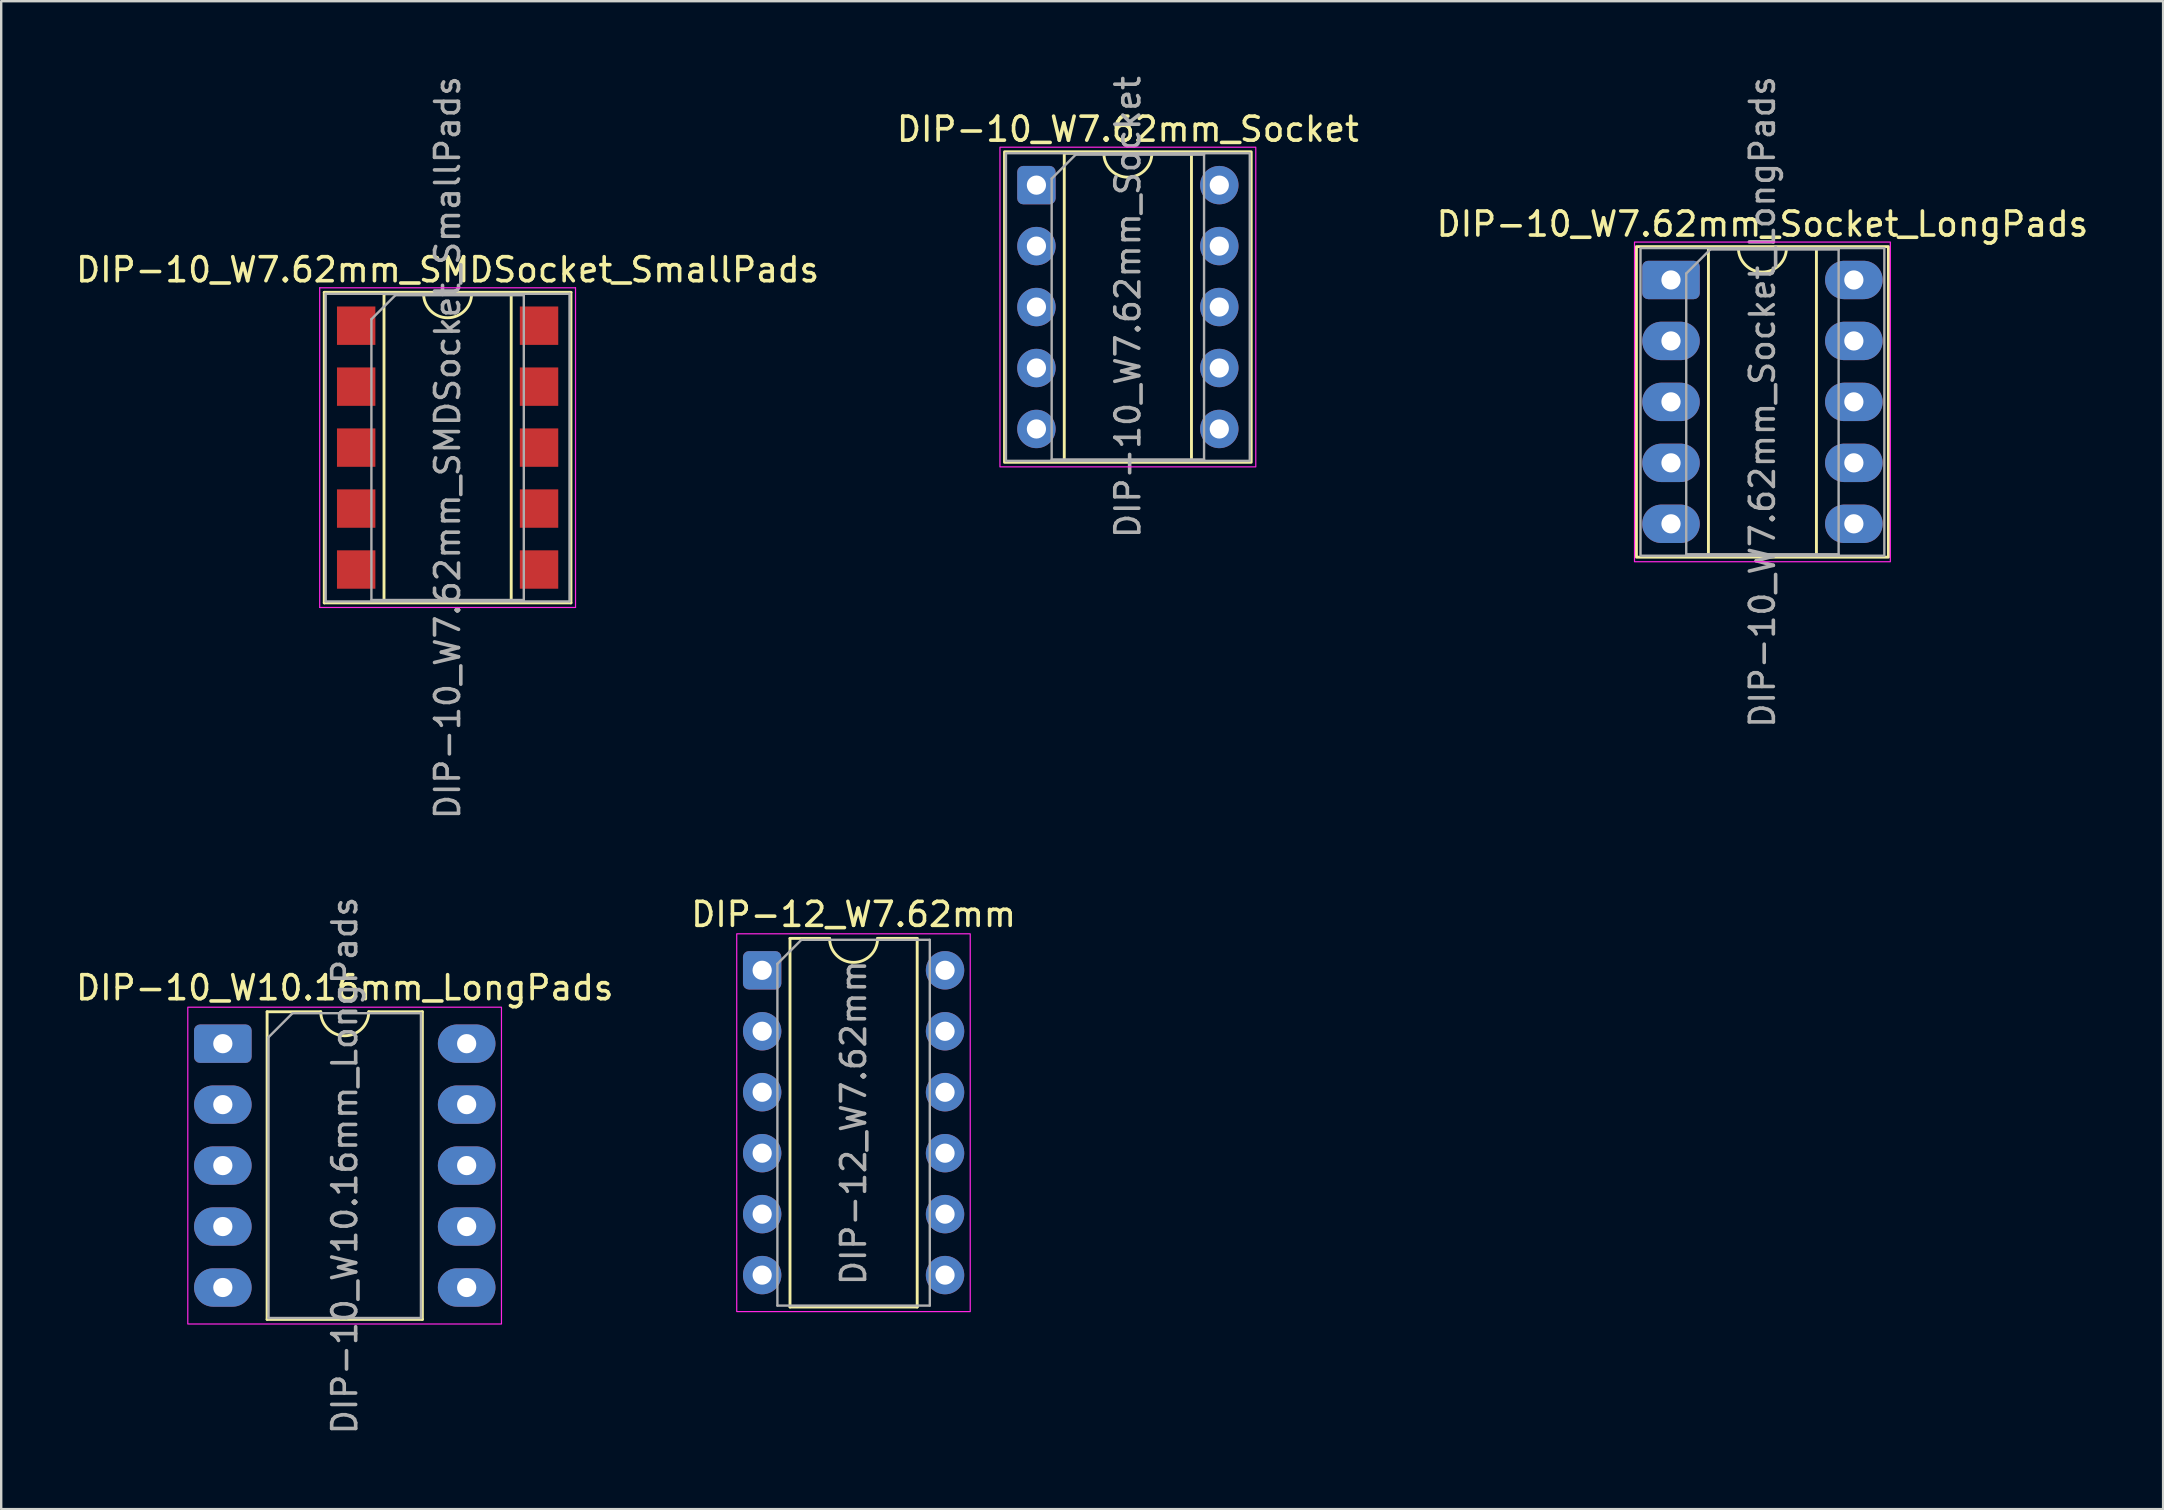
<source format=kicad_pcb>
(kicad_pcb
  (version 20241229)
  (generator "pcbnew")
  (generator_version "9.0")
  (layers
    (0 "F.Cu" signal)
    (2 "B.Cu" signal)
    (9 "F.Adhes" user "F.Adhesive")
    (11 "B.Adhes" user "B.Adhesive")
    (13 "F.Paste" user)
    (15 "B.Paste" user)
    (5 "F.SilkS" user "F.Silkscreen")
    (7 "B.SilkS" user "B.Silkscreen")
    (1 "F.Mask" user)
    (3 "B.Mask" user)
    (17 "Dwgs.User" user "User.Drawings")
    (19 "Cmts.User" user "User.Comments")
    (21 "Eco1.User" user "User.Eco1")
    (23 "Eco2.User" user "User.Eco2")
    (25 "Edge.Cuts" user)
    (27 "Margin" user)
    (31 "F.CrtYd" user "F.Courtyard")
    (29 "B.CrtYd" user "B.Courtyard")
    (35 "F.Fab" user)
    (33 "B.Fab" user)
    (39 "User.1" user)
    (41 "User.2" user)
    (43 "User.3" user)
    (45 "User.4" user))
  (footprint "DIP-10_W7.62mm_Socket_LongPads"
    (layer "F.Cu")
    (at 66.577 8.616)
    (property "Reference" "DIP-10_W7.62mm_Socket_LongPads" (at 3.81 -2.33 0) (layer "F.SilkS") (effects (font (size 1 1) (thickness 0.15))))
    (attr through_hole)
    (fp_line (start 1.56 -1.33) (end 1.56 11.49) (stroke (width 0.12) (type solid)) (layer "F.SilkS"))
    (fp_line (start 1.56 11.49) (end 6.06 11.49) (stroke (width 0.12) (type solid)) (layer "F.SilkS"))
    (fp_line (start 2.81 -1.33) (end 1.56 -1.33) (stroke (width 0.12) (type solid)) (layer "F.SilkS"))
    (fp_line (start 6.06 -1.33) (end 4.81 -1.33) (stroke (width 0.12) (type solid)) (layer "F.SilkS"))
    (fp_line (start 6.06 11.49) (end 6.06 -1.33) (stroke (width 0.12) (type solid)) (layer "F.SilkS"))
    (fp_rect (start -1.44 -1.39) (end 9.06 11.55) (stroke (width 0.12) (type solid)) (fill no) (layer "F.SilkS"))
    (fp_arc (start 4.81 -1.33) (mid 3.81 -0.33) (end 2.81 -1.33) (stroke (width 0.12) (type solid)) (layer "F.SilkS"))
    (fp_rect (start -1.52 -1.58) (end 9.14 11.74) (stroke (width 0.05) (type solid)) (fill no) (layer "F.CrtYd"))
    (fp_line (start 0.635 -0.27) (end 1.635 -1.27) (stroke (width 0.1) (type solid)) (layer "F.Fab"))
    (fp_line (start 0.635 11.43) (end 0.635 -0.27) (stroke (width 0.1) (type solid)) (layer "F.Fab"))
    (fp_line (start 1.635 -1.27) (end 6.985 -1.27) (stroke (width 0.1) (type solid)) (layer "F.Fab"))
    (fp_line (start 6.985 -1.27) (end 6.985 11.43) (stroke (width 0.1) (type solid)) (layer "F.Fab"))
    (fp_line (start 6.985 11.43) (end 0.635 11.43) (stroke (width 0.1) (type solid)) (layer "F.Fab"))
    (fp_rect (start -1.27 -1.33) (end 8.89 11.49) (stroke (width 0.1) (type solid)) (fill no) (layer "F.Fab"))
    (fp_text user "${REFERENCE}" (at 3.81 5.08 90) (layer "F.Fab") (effects (font (size 1 1) (thickness 0.15))))
    (pad "1" thru_hole roundrect (at 0 0) (size 2.4 1.6) (drill 0.8) (layers "*.Cu" "*.Mask") (roundrect_rratio 0.156))
    (pad "2" thru_hole oval (at 0 2.54) (size 2.4 1.6) (drill 0.8) (layers "*.Cu" "*.Mask"))
    (pad "3" thru_hole oval (at 0 5.08) (size 2.4 1.6) (drill 0.8) (layers "*.Cu" "*.Mask"))
    (pad "4" thru_hole oval (at 0 7.62) (size 2.4 1.6) (drill 0.8) (layers "*.Cu" "*.Mask"))
    (pad "5" thru_hole oval (at 0 10.16) (size 2.4 1.6) (drill 0.8) (layers "*.Cu" "*.Mask"))
    (pad "6" thru_hole oval (at 7.62 10.16) (size 2.4 1.6) (drill 0.8) (layers "*.Cu" "*.Mask"))
    (pad "7" thru_hole oval (at 7.62 7.62) (size 2.4 1.6) (drill 0.8) (layers "*.Cu" "*.Mask"))
    (pad "8" thru_hole oval (at 7.62 5.08) (size 2.4 1.6) (drill 0.8) (layers "*.Cu" "*.Mask"))
    (pad "9" thru_hole oval (at 7.62 2.54) (size 2.4 1.6) (drill 0.8) (layers "*.Cu" "*.Mask"))
    (pad "10" thru_hole oval (at 7.62 0) (size 2.4 1.6) (drill 0.8) (layers "*.Cu" "*.Mask")))
  (footprint "DIP-10_W7.62mm_SMDSocket_SmallPads"
    (layer "F.Cu")
    (at 15.601 15.601)
    (property "Reference" "DIP-10_W7.62mm_SMDSocket_SmallPads" (at 0 -7.41 0) (layer "F.SilkS") (effects (font (size 1 1) (thickness 0.15))))
    (attr smd)
    (fp_line (start -5.14 -6.47) (end -5.14 6.47) (stroke (width 0.12) (type solid)) (layer "F.SilkS"))
    (fp_line (start -5.14 6.47) (end 5.14 6.47) (stroke (width 0.12) (type solid)) (layer "F.SilkS"))
    (fp_line (start -2.65 -6.41) (end -2.65 6.41) (stroke (width 0.12) (type solid)) (layer "F.SilkS"))
    (fp_line (start -2.65 6.41) (end 2.65 6.41) (stroke (width 0.12) (type solid)) (layer "F.SilkS"))
    (fp_line (start -1 -6.41) (end -2.65 -6.41) (stroke (width 0.12) (type solid)) (layer "F.SilkS"))
    (fp_line (start 2.65 -6.41) (end 1 -6.41) (stroke (width 0.12) (type solid)) (layer "F.SilkS"))
    (fp_line (start 2.65 6.41) (end 2.65 -6.41) (stroke (width 0.12) (type solid)) (layer "F.SilkS"))
    (fp_line (start 5.14 -6.47) (end -5.14 -6.47) (stroke (width 0.12) (type solid)) (layer "F.SilkS"))
    (fp_line (start 5.14 6.47) (end 5.14 -6.47) (stroke (width 0.12) (type solid)) (layer "F.SilkS"))
    (fp_arc (start 1 -6.41) (mid 0 -5.41) (end -1 -6.41) (stroke (width 0.12) (type solid)) (layer "F.SilkS"))
    (fp_line (start -5.33 -6.66) (end -5.33 6.66) (stroke (width 0.05) (type solid)) (layer "F.CrtYd"))
    (fp_line (start -5.33 6.66) (end 5.33 6.66) (stroke (width 0.05) (type solid)) (layer "F.CrtYd"))
    (fp_line (start 5.33 -6.66) (end -5.33 -6.66) (stroke (width 0.05) (type solid)) (layer "F.CrtYd"))
    (fp_line (start 5.33 6.66) (end 5.33 -6.66) (stroke (width 0.05) (type solid)) (layer "F.CrtYd"))
    (fp_line (start -5.08 -6.41) (end -5.08 6.41) (stroke (width 0.1) (type solid)) (layer "F.Fab"))
    (fp_line (start -5.08 6.41) (end 5.08 6.41) (stroke (width 0.1) (type solid)) (layer "F.Fab"))
    (fp_line (start -3.175 -5.35) (end -2.175 -6.35) (stroke (width 0.1) (type solid)) (layer "F.Fab"))
    (fp_line (start -3.175 6.35) (end -3.175 -5.35) (stroke (width 0.1) (type solid)) (layer "F.Fab"))
    (fp_line (start -2.175 -6.35) (end 3.175 -6.35) (stroke (width 0.1) (type solid)) (layer "F.Fab"))
    (fp_line (start 3.175 -6.35) (end 3.175 6.35) (stroke (width 0.1) (type solid)) (layer "F.Fab"))
    (fp_line (start 3.175 6.35) (end -3.175 6.35) (stroke (width 0.1) (type solid)) (layer "F.Fab"))
    (fp_line (start 5.08 -6.41) (end -5.08 -6.41) (stroke (width 0.1) (type solid)) (layer "F.Fab"))
    (fp_line (start 5.08 6.41) (end 5.08 -6.41) (stroke (width 0.1) (type solid)) (layer "F.Fab"))
    (fp_text user "${REFERENCE}" (at 0 0 90) (layer "F.Fab") (effects (font (size 1 1) (thickness 0.15))))
    (pad "1" smd rect (at -3.81 -5.08) (size 1.6 1.6) (layers "F.Cu" "F.Mask" "F.Paste"))
    (pad "2" smd rect (at -3.81 -2.54) (size 1.6 1.6) (layers "F.Cu" "F.Mask" "F.Paste"))
    (pad "3" smd rect (at -3.81 0) (size 1.6 1.6) (layers "F.Cu" "F.Mask" "F.Paste"))
    (pad "4" smd rect (at -3.81 2.54) (size 1.6 1.6) (layers "F.Cu" "F.Mask" "F.Paste"))
    (pad "5" smd rect (at -3.81 5.08) (size 1.6 1.6) (layers "F.Cu" "F.Mask" "F.Paste"))
    (pad "6" smd rect (at 3.81 5.08) (size 1.6 1.6) (layers "F.Cu" "F.Mask" "F.Paste"))
    (pad "7" smd rect (at 3.81 2.54) (size 1.6 1.6) (layers "F.Cu" "F.Mask" "F.Paste"))
    (pad "8" smd rect (at 3.81 0) (size 1.6 1.6) (layers "F.Cu" "F.Mask" "F.Paste"))
    (pad "9" smd rect (at 3.81 -2.54) (size 1.6 1.6) (layers "F.Cu" "F.Mask" "F.Paste"))
    (pad "10" smd rect (at 3.81 -5.08) (size 1.6 1.6) (layers "F.Cu" "F.Mask" "F.Paste")))
  (footprint "DIP-10_W10.16mm_LongPads"
    (layer "F.Cu")
    (at 6.235 40.438)
    (property "Reference" "DIP-10_W10.16mm_LongPads" (at 5.08 -2.33 0) (layer "F.SilkS") (effects (font (size 1 1) (thickness 0.15))))
    (attr through_hole)
    (fp_line (start 1.845 -1.33) (end 1.845 11.49) (stroke (width 0.12) (type solid)) (layer "F.SilkS"))
    (fp_line (start 1.845 11.49) (end 8.315 11.49) (stroke (width 0.12) (type solid)) (layer "F.SilkS"))
    (fp_line (start 4.08 -1.33) (end 1.845 -1.33) (stroke (width 0.12) (type solid)) (layer "F.SilkS"))
    (fp_line (start 8.315 -1.33) (end 6.08 -1.33) (stroke (width 0.12) (type solid)) (layer "F.SilkS"))
    (fp_line (start 8.315 11.49) (end 8.315 -1.33) (stroke (width 0.12) (type solid)) (layer "F.SilkS"))
    (fp_arc (start 6.08 -1.33) (mid 5.08 -0.33) (end 4.08 -1.33) (stroke (width 0.12) (type solid)) (layer "F.SilkS"))
    (fp_rect (start -1.46 -1.52) (end 11.61 11.68) (stroke (width 0.05) (type solid)) (fill no) (layer "F.CrtYd"))
    (fp_line (start 1.905 -0.27) (end 2.905 -1.27) (stroke (width 0.1) (type solid)) (layer "F.Fab"))
    (fp_line (start 1.905 11.43) (end 1.905 -0.27) (stroke (width 0.1) (type solid)) (layer "F.Fab"))
    (fp_line (start 2.905 -1.27) (end 8.255 -1.27) (stroke (width 0.1) (type solid)) (layer "F.Fab"))
    (fp_line (start 8.255 -1.27) (end 8.255 11.43) (stroke (width 0.1) (type solid)) (layer "F.Fab"))
    (fp_line (start 8.255 11.43) (end 1.905 11.43) (stroke (width 0.1) (type solid)) (layer "F.Fab"))
    (fp_text user "${REFERENCE}" (at 5.08 5.08 90) (layer "F.Fab") (effects (font (size 1 1) (thickness 0.15))))
    (pad "1" thru_hole roundrect (at 0 0) (size 2.4 1.6) (drill 0.8) (layers "*.Cu" "*.Mask") (roundrect_rratio 0.156))
    (pad "2" thru_hole oval (at 0 2.54) (size 2.4 1.6) (drill 0.8) (layers "*.Cu" "*.Mask"))
    (pad "3" thru_hole oval (at 0 5.08) (size 2.4 1.6) (drill 0.8) (layers "*.Cu" "*.Mask"))
    (pad "4" thru_hole oval (at 0 7.62) (size 2.4 1.6) (drill 0.8) (layers "*.Cu" "*.Mask"))
    (pad "5" thru_hole oval (at 0 10.16) (size 2.4 1.6) (drill 0.8) (layers "*.Cu" "*.Mask"))
    (pad "6" thru_hole oval (at 10.16 10.16) (size 2.4 1.6) (drill 0.8) (layers "*.Cu" "*.Mask"))
    (pad "7" thru_hole oval (at 10.16 7.62) (size 2.4 1.6) (drill 0.8) (layers "*.Cu" "*.Mask"))
    (pad "8" thru_hole oval (at 10.16 5.08) (size 2.4 1.6) (drill 0.8) (layers "*.Cu" "*.Mask"))
    (pad "9" thru_hole oval (at 10.16 2.54) (size 2.4 1.6) (drill 0.8) (layers "*.Cu" "*.Mask"))
    (pad "10" thru_hole oval (at 10.16 0) (size 2.4 1.6) (drill 0.8) (layers "*.Cu" "*.Mask")))
  (footprint "DIP-10_W7.62mm_Socket"
    (layer "F.Cu")
    (at 40.136 4.664)
    (property "Reference" "DIP-10_W7.62mm_Socket" (at 3.81 -2.33 0) (layer "F.SilkS") (effects (font (size 1 1) (thickness 0.15))))
    (attr through_hole)
    (fp_line (start 1.16 -1.33) (end 1.16 11.49) (stroke (width 0.12) (type solid)) (layer "F.SilkS"))
    (fp_line (start 1.16 11.49) (end 6.46 11.49) (stroke (width 0.12) (type solid)) (layer "F.SilkS"))
    (fp_line (start 2.81 -1.33) (end 1.16 -1.33) (stroke (width 0.12) (type solid)) (layer "F.SilkS"))
    (fp_line (start 6.46 -1.33) (end 4.81 -1.33) (stroke (width 0.12) (type solid)) (layer "F.SilkS"))
    (fp_line (start 6.46 11.49) (end 6.46 -1.33) (stroke (width 0.12) (type solid)) (layer "F.SilkS"))
    (fp_rect (start -1.33 -1.39) (end 8.95 11.55) (stroke (width 0.12) (type solid)) (fill no) (layer "F.SilkS"))
    (fp_arc (start 4.81 -1.33) (mid 3.81 -0.33) (end 2.81 -1.33) (stroke (width 0.12) (type solid)) (layer "F.SilkS"))
    (fp_rect (start -1.52 -1.58) (end 9.14 11.74) (stroke (width 0.05) (type solid)) (fill no) (layer "F.CrtYd"))
    (fp_line (start 0.635 -0.27) (end 1.635 -1.27) (stroke (width 0.1) (type solid)) (layer "F.Fab"))
    (fp_line (start 0.635 11.43) (end 0.635 -0.27) (stroke (width 0.1) (type solid)) (layer "F.Fab"))
    (fp_line (start 1.635 -1.27) (end 6.985 -1.27) (stroke (width 0.1) (type solid)) (layer "F.Fab"))
    (fp_line (start 6.985 -1.27) (end 6.985 11.43) (stroke (width 0.1) (type solid)) (layer "F.Fab"))
    (fp_line (start 6.985 11.43) (end 0.635 11.43) (stroke (width 0.1) (type solid)) (layer "F.Fab"))
    (fp_rect (start -1.27 -1.33) (end 8.89 11.49) (stroke (width 0.1) (type solid)) (fill no) (layer "F.Fab"))
    (fp_text user "${REFERENCE}" (at 3.81 5.08 90) (layer "F.Fab") (effects (font (size 1 1) (thickness 0.15))))
    (pad "1" thru_hole roundrect (at 0 0) (size 1.6 1.6) (drill 0.8) (layers "*.Cu" "*.Mask") (roundrect_rratio 0.156))
    (pad "2" thru_hole circle (at 0 2.54) (size 1.6 1.6) (drill 0.8) (layers "*.Cu" "*.Mask"))
    (pad "3" thru_hole circle (at 0 5.08) (size 1.6 1.6) (drill 0.8) (layers "*.Cu" "*.Mask"))
    (pad "4" thru_hole circle (at 0 7.62) (size 1.6 1.6) (drill 0.8) (layers "*.Cu" "*.Mask"))
    (pad "5" thru_hole circle (at 0 10.16) (size 1.6 1.6) (drill 0.8) (layers "*.Cu" "*.Mask"))
    (pad "6" thru_hole circle (at 7.62 10.16) (size 1.6 1.6) (drill 0.8) (layers "*.Cu" "*.Mask"))
    (pad "7" thru_hole circle (at 7.62 7.62) (size 1.6 1.6) (drill 0.8) (layers "*.Cu" "*.Mask"))
    (pad "8" thru_hole circle (at 7.62 5.08) (size 1.6 1.6) (drill 0.8) (layers "*.Cu" "*.Mask"))
    (pad "9" thru_hole circle (at 7.62 2.54) (size 1.6 1.6) (drill 0.8) (layers "*.Cu" "*.Mask"))
    (pad "10" thru_hole circle (at 7.62 0) (size 1.6 1.6) (drill 0.8) (layers "*.Cu" "*.Mask")))
  (footprint "DIP-12_W7.62mm"
    (layer "F.Cu")
    (at 28.708 37.381)
    (property "Reference" "DIP-12_W7.62mm" (at 3.81 -2.33 0) (layer "F.SilkS") (effects (font (size 1 1) (thickness 0.15))))
    (attr through_hole)
    (fp_line (start 1.16 -1.33) (end 1.16 14.03) (stroke (width 0.12) (type solid)) (layer "F.SilkS"))
    (fp_line (start 1.16 14.03) (end 6.46 14.03) (stroke (width 0.12) (type solid)) (layer "F.SilkS"))
    (fp_line (start 2.81 -1.33) (end 1.16 -1.33) (stroke (width 0.12) (type solid)) (layer "F.SilkS"))
    (fp_line (start 6.46 -1.33) (end 4.81 -1.33) (stroke (width 0.12) (type solid)) (layer "F.SilkS"))
    (fp_line (start 6.46 14.03) (end 6.46 -1.33) (stroke (width 0.12) (type solid)) (layer "F.SilkS"))
    (fp_arc (start 4.81 -1.33) (mid 3.81 -0.33) (end 2.81 -1.33) (stroke (width 0.12) (type solid)) (layer "F.SilkS"))
    (fp_rect (start -1.06 -1.52) (end 8.67 14.22) (stroke (width 0.05) (type solid)) (fill no) (layer "F.CrtYd"))
    (fp_line (start 0.635 -0.27) (end 1.635 -1.27) (stroke (width 0.1) (type solid)) (layer "F.Fab"))
    (fp_line (start 0.635 13.97) (end 0.635 -0.27) (stroke (width 0.1) (type solid)) (layer "F.Fab"))
    (fp_line (start 1.635 -1.27) (end 6.985 -1.27) (stroke (width 0.1) (type solid)) (layer "F.Fab"))
    (fp_line (start 6.985 -1.27) (end 6.985 13.97) (stroke (width 0.1) (type solid)) (layer "F.Fab"))
    (fp_line (start 6.985 13.97) (end 0.635 13.97) (stroke (width 0.1) (type solid)) (layer "F.Fab"))
    (fp_text user "${REFERENCE}" (at 3.81 6.35 90) (layer "F.Fab") (effects (font (size 1 1) (thickness 0.15))))
    (pad "1" thru_hole roundrect (at 0 0) (size 1.6 1.6) (drill 0.8) (layers "*.Cu" "*.Mask") (roundrect_rratio 0.156))
    (pad "2" thru_hole circle (at 0 2.54) (size 1.6 1.6) (drill 0.8) (layers "*.Cu" "*.Mask"))
    (pad "3" thru_hole circle (at 0 5.08) (size 1.6 1.6) (drill 0.8) (layers "*.Cu" "*.Mask"))
    (pad "4" thru_hole circle (at 0 7.62) (size 1.6 1.6) (drill 0.8) (layers "*.Cu" "*.Mask"))
    (pad "5" thru_hole circle (at 0 10.16) (size 1.6 1.6) (drill 0.8) (layers "*.Cu" "*.Mask"))
    (pad "6" thru_hole circle (at 0 12.7) (size 1.6 1.6) (drill 0.8) (layers "*.Cu" "*.Mask"))
    (pad "7" thru_hole circle (at 7.62 12.7) (size 1.6 1.6) (drill 0.8) (layers "*.Cu" "*.Mask"))
    (pad "8" thru_hole circle (at 7.62 10.16) (size 1.6 1.6) (drill 0.8) (layers "*.Cu" "*.Mask"))
    (pad "9" thru_hole circle (at 7.62 7.62) (size 1.6 1.6) (drill 0.8) (layers "*.Cu" "*.Mask"))
    (pad "10" thru_hole circle (at 7.62 5.08) (size 1.6 1.6) (drill 0.8) (layers "*.Cu" "*.Mask"))
    (pad "11" thru_hole circle (at 7.62 2.54) (size 1.6 1.6) (drill 0.8) (layers "*.Cu" "*.Mask"))
    (pad "12" thru_hole circle (at 7.62 0) (size 1.6 1.6) (drill 0.8) (layers "*.Cu" "*.Mask")))
  (gr_rect
    (start -3 -3)
    (end 87.083 59.833)
    (stroke (width 0.1) (type default))
    (fill no)
    (layer "Edge.Cuts")))
</source>
